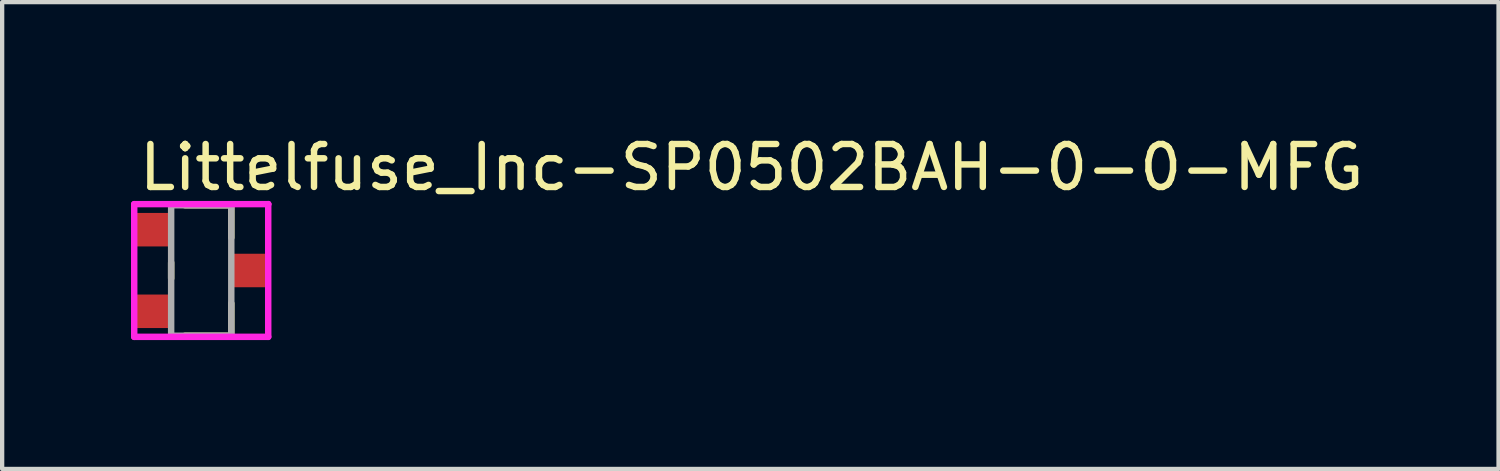
<source format=kicad_pcb>
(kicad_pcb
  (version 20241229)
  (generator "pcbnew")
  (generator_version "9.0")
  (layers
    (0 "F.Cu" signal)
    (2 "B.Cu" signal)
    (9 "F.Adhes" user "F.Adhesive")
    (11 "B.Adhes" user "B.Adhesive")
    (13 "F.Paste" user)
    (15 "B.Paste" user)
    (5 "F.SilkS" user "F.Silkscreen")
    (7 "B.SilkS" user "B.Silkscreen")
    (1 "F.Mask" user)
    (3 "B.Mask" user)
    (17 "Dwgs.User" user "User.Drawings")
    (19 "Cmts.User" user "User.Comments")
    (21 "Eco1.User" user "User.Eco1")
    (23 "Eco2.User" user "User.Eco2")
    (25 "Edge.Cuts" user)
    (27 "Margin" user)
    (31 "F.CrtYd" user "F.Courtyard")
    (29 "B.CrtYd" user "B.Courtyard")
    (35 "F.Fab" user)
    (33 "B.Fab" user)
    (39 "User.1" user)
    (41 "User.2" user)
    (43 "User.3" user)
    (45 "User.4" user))
  (footprint "Littelfuse_Inc-SP0502BAH-0-0-MFG"
    (layer "F.Cu")
    (at 1.635 3.248)
    (property "Reference" "Littelfuse_Inc-SP0502BAH-0-0-MFG" (at -1.52 -2.4 0) (layer "F.SilkS") (effects (font (size 1 1) (thickness 0.15)) (justify left)))
    (attr through_hole)
    (fp_line (start -0.7 0.185) (end -0.7 -0.185) (stroke (width 0.15) (type solid)) (layer "F.SilkS"))
    (fp_line (start -0.38 -1.52) (end 0.7 -1.52) (stroke (width 0.15) (type solid)) (layer "F.SilkS"))
    (fp_line (start -0.38 1.52) (end 0.7 1.52) (stroke (width 0.15) (type solid)) (layer "F.SilkS"))
    (fp_line (start 0.7 -0.765) (end 0.7 -1.52) (stroke (width 0.15) (type solid)) (layer "F.SilkS"))
    (fp_line (start 0.7 1.52) (end 0.7 0.765) (stroke (width 0.15) (type solid)) (layer "F.SilkS"))
    (fp_line (start -1.56 -1.545) (end -1.56 1.545) (stroke (width 0.15) (type solid)) (layer "F.CrtYd"))
    (fp_line (start -1.56 1.545) (end 1.56 1.545) (stroke (width 0.15) (type solid)) (layer "F.CrtYd"))
    (fp_line (start 1.56 -1.545) (end -1.56 -1.545) (stroke (width 0.15) (type solid)) (layer "F.CrtYd"))
    (fp_line (start 1.56 -1.545) (end 1.56 -1.545) (stroke (width 0.15) (type solid)) (layer "F.CrtYd"))
    (fp_line (start 1.56 1.545) (end 1.56 -1.545) (stroke (width 0.15) (type solid)) (layer "F.CrtYd"))
    (fp_line (start -0.7 -1.52) (end 0.7 -1.52) (stroke (width 0.15) (type solid)) (layer "F.Fab"))
    (fp_line (start -0.7 1.52) (end -0.7 -1.52) (stroke (width 0.15) (type solid)) (layer "F.Fab"))
    (fp_line (start 0.7 -1.52) (end 0.7 1.52) (stroke (width 0.15) (type solid)) (layer "F.Fab"))
    (fp_line (start 0.7 1.52) (end -0.7 1.52) (stroke (width 0.15) (type solid)) (layer "F.Fab"))
    (pad "1" smd rect (at -1.145 -0.95) (size 0.78 0.78) (layers "F.Cu" "F.Mask" "F.Paste"))
    (pad "2" smd rect (at -1.145 0.95) (size 0.78 0.78) (layers "F.Cu" "F.Mask" "F.Paste"))
    (pad "3" smd rect (at 1.145 0) (size 0.78 0.78) (layers "F.Cu" "F.Mask" "F.Paste")))
  (gr_rect
    (start -3 -3)
    (end 31.841 7.868)
    (stroke (width 0.1) (type default))
    (fill no)
    (layer "Edge.Cuts")))
</source>
